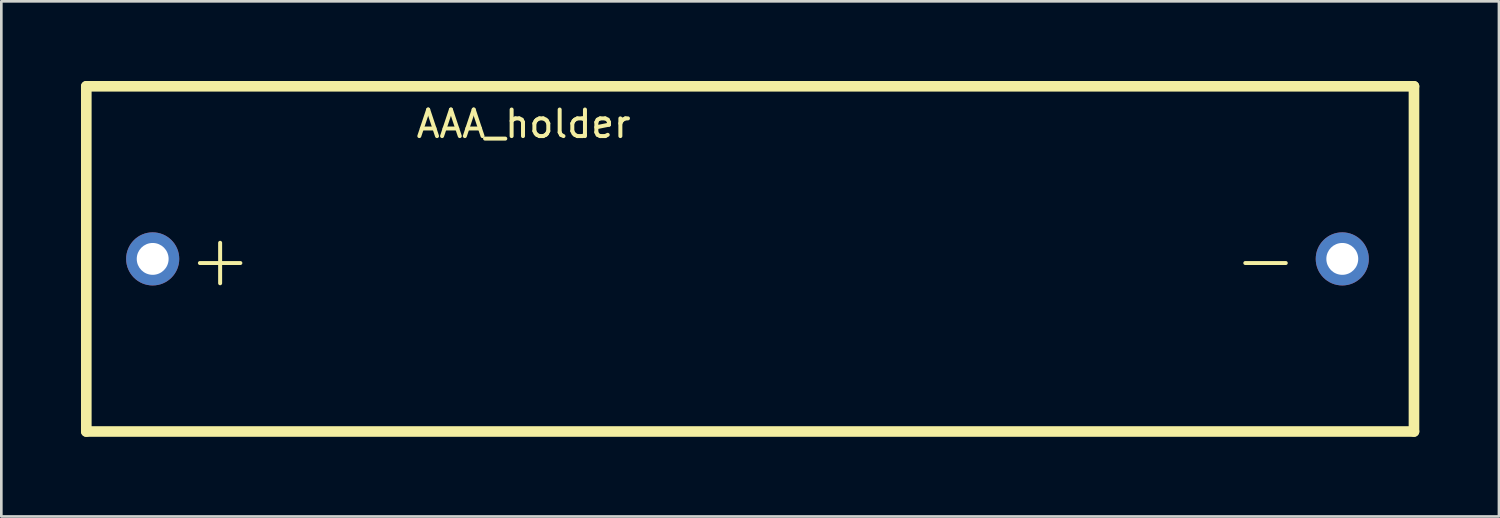
<source format=kicad_pcb>
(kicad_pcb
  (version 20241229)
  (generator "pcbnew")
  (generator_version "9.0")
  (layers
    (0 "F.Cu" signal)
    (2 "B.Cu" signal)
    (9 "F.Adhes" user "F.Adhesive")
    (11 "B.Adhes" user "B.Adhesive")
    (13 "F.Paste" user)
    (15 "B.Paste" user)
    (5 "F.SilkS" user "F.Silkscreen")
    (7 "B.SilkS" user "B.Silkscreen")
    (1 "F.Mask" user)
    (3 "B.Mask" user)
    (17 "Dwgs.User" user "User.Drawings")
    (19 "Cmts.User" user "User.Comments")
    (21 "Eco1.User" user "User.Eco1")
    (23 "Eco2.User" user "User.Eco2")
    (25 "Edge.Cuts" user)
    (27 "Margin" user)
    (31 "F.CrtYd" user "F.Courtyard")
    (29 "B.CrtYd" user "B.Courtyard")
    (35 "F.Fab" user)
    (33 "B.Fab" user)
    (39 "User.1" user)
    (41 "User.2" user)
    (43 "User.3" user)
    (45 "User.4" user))
  (footprint "AAA_holder"
    (layer "F.Cu")
    (at 2.7 6.7)
    (property "Reference" "AAA_holder" (at 13.97 -5.08 0) (layer "F.SilkS") (effects (font (size 1 1) (thickness 0.15))))
    (attr through_hole)
    (fp_line (start -2.5 -6.5) (end -2.5 6.5) (stroke (width 0.4) (type solid)) (layer "F.SilkS"))
    (fp_line (start -2.5 -6.5) (end 47.5 -6.5) (stroke (width 0.4) (type solid)) (layer "F.SilkS"))
    (fp_line (start -2.5 6.5) (end 47.5 6.5) (stroke (width 0.4) (type solid)) (layer "F.SilkS"))
    (fp_line (start 47.5 6.5) (end 47.5 -6.5) (stroke (width 0.4) (type solid)) (layer "F.SilkS"))
    (fp_text user "-" (at 41.91 0 0) (layer "F.SilkS") (effects (font (size 2 2) (thickness 0.15))))
    (fp_text user "+" (at 2.54 0 0) (layer "F.SilkS") (effects (font (size 2 2) (thickness 0.15))))
    (pad "1" thru_hole circle (at 0 0) (size 2 2) (drill 1.2) (layers "*.Cu" "*.Mask"))
    (pad "2" thru_hole circle (at 44.8 0) (size 2 2) (drill 1.2) (layers "*.Cu" "*.Mask")))
  (gr_rect
    (start -3 -3)
    (end 53.4 16.4)
    (stroke (width 0.1) (type default))
    (fill no)
    (layer "Edge.Cuts")))
</source>
